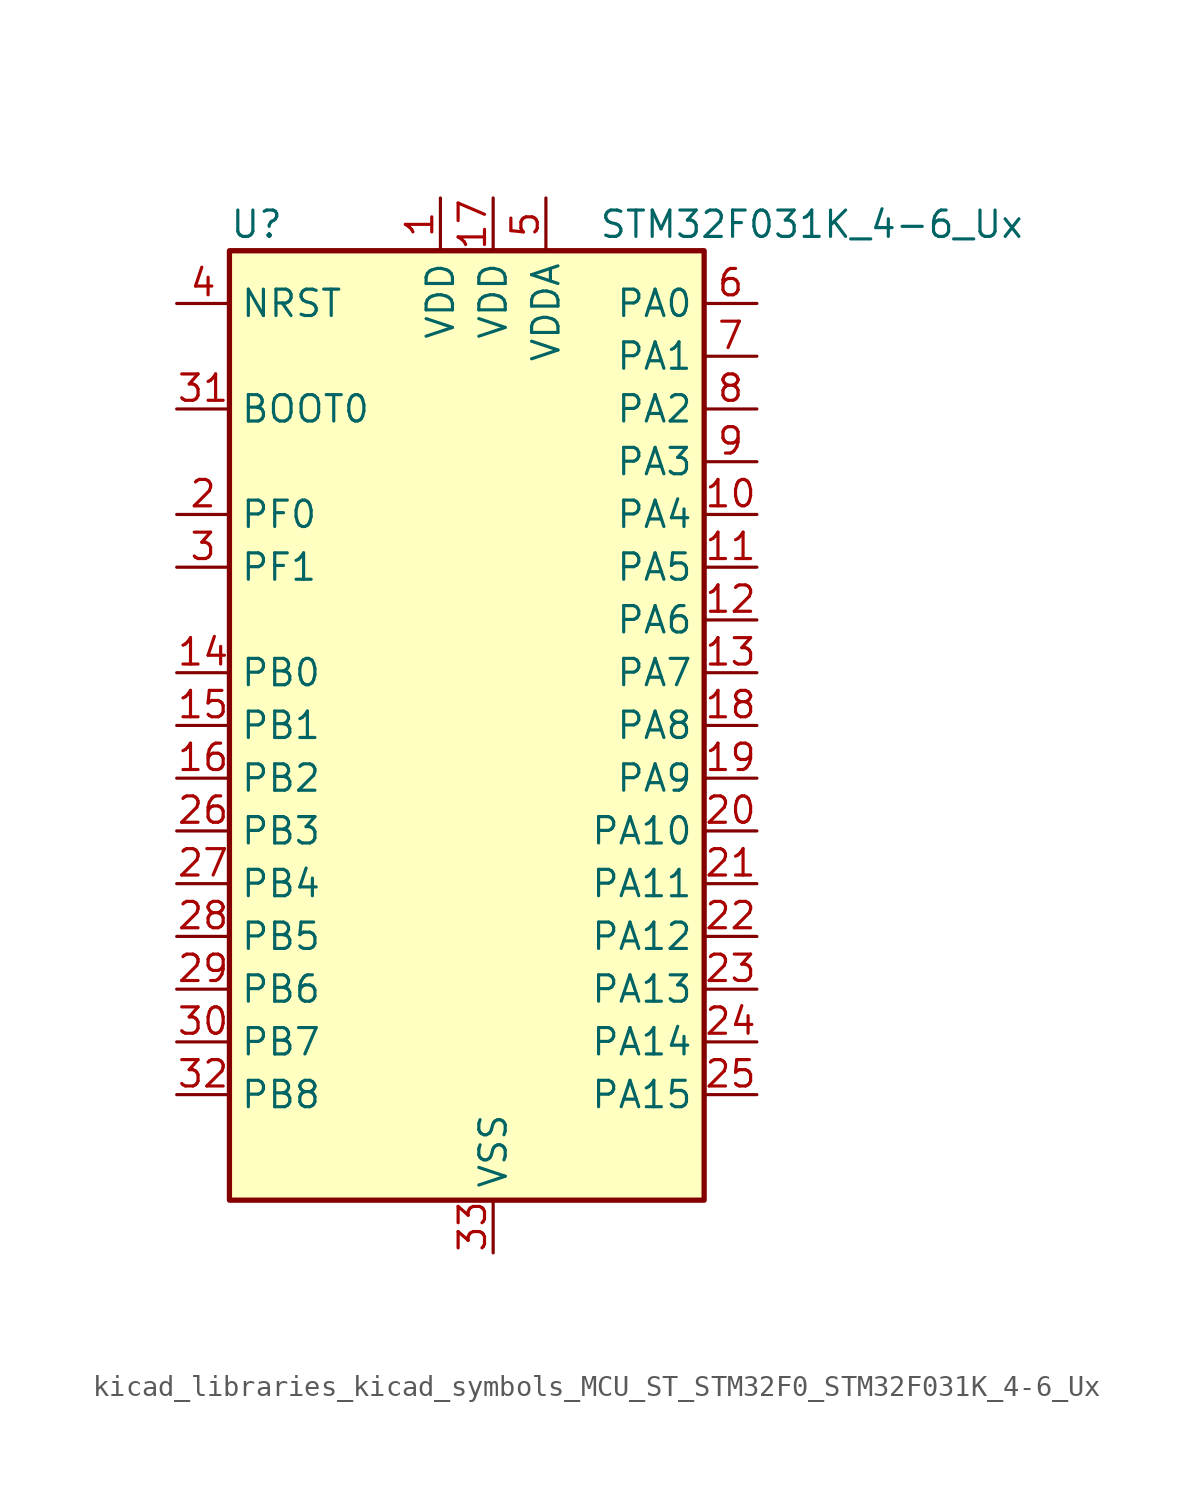
<source format=kicad_sym>
(kicad_symbol_lib
  (version 20220914)
  (generator kicad_symbol_editor)
  (symbol "kicad_libraries_kicad_symbols_MCU_ST_STM32F0_STM32F031K_4-6_Ux"
    (property "Reference" "U"
      (at -10.16 24.13 0)
      (effects (font (size 1.27 1.27)) (justify left)))
    (property "Value" "STM32F031K_4-6_Ux"
      (at 7.62 24.13 0)
      (effects (font (size 1.27 1.27)) (justify left)))
    (property "ki_locked" ""
      (at 0 0 0)
      (effects (font (size 1.27 1.27))))
    (symbol "kicad_libraries_kicad_symbols_MCU_ST_STM32F0_STM32F031K_4-6_Ux_0_1"
      (rectangle (start -10.16 -22.86) (end 12.7 22.86) (stroke (width 0.254) (type default)) (fill (type background))))
    (symbol "kicad_libraries_kicad_symbols_MCU_ST_STM32F0_STM32F031K_4-6_Ux_1_1"
      (pin power_in line (at 0 25.4 270) (length 2.54) (name "VDD" (effects (font (size 1.27 1.27)))) (number "1" (effects (font (size 1.27 1.27)))))
      (pin bidirectional line (at 15.24 10.16 180) (length 2.54) (name "PA4" (effects (font (size 1.27 1.27)))) (number "10" (effects (font (size 1.27 1.27)))) (alternate "ADC_IN4" bidirectional line) (alternate "I2S1_WS" bidirectional line) (alternate "SPI1_NSS" bidirectional line) (alternate "TIM14_CH1" bidirectional line) (alternate "USART1_CK" bidirectional line))
      (pin bidirectional line (at 15.24 7.62 180) (length 2.54) (name "PA5" (effects (font (size 1.27 1.27)))) (number "11" (effects (font (size 1.27 1.27)))) (alternate "ADC_IN5" bidirectional line) (alternate "I2S1_CK" bidirectional line) (alternate "SPI1_SCK" bidirectional line) (alternate "TIM2_CH1" bidirectional line) (alternate "TIM2_ETR" bidirectional line))
      (pin bidirectional line (at 15.24 5.08 180) (length 2.54) (name "PA6" (effects (font (size 1.27 1.27)))) (number "12" (effects (font (size 1.27 1.27)))) (alternate "ADC_IN6" bidirectional line) (alternate "I2S1_MCK" bidirectional line) (alternate "SPI1_MISO" bidirectional line) (alternate "TIM16_CH1" bidirectional line) (alternate "TIM1_BKIN" bidirectional line) (alternate "TIM3_CH1" bidirectional line))
      (pin bidirectional line (at 15.24 2.54 180) (length 2.54) (name "PA7" (effects (font (size 1.27 1.27)))) (number "13" (effects (font (size 1.27 1.27)))) (alternate "ADC_IN7" bidirectional line) (alternate "I2S1_SD" bidirectional line) (alternate "SPI1_MOSI" bidirectional line) (alternate "TIM14_CH1" bidirectional line) (alternate "TIM17_CH1" bidirectional line) (alternate "TIM1_CH1N" bidirectional line) (alternate "TIM3_CH2" bidirectional line))
      (pin bidirectional line (at -12.7 2.54 0) (length 2.54) (name "PB0" (effects (font (size 1.27 1.27)))) (number "14" (effects (font (size 1.27 1.27)))) (alternate "ADC_IN8" bidirectional line) (alternate "TIM1_CH2N" bidirectional line) (alternate "TIM3_CH3" bidirectional line))
      (pin bidirectional line (at -12.7 0 0) (length 2.54) (name "PB1" (effects (font (size 1.27 1.27)))) (number "15" (effects (font (size 1.27 1.27)))) (alternate "ADC_IN9" bidirectional line) (alternate "TIM14_CH1" bidirectional line) (alternate "TIM1_CH3N" bidirectional line) (alternate "TIM3_CH4" bidirectional line))
      (pin bidirectional line (at -12.7 -2.54 0) (length 2.54) (name "PB2" (effects (font (size 1.27 1.27)))) (number "16" (effects (font (size 1.27 1.27)))))
      (pin power_in line (at 2.54 25.4 270) (length 2.54) (name "VDD" (effects (font (size 1.27 1.27)))) (number "17" (effects (font (size 1.27 1.27)))))
      (pin bidirectional line (at 15.24 0 180) (length 2.54) (name "PA8" (effects (font (size 1.27 1.27)))) (number "18" (effects (font (size 1.27 1.27)))) (alternate "RCC_MCO" bidirectional line) (alternate "TIM1_CH1" bidirectional line) (alternate "USART1_CK" bidirectional line))
      (pin bidirectional line (at 15.24 -2.54 180) (length 2.54) (name "PA9" (effects (font (size 1.27 1.27)))) (number "19" (effects (font (size 1.27 1.27)))) (alternate "I2C1_SCL" bidirectional line) (alternate "TIM1_CH2" bidirectional line) (alternate "USART1_TX" bidirectional line))
      (pin bidirectional line (at -12.7 10.16 0) (length 2.54) (name "PF0" (effects (font (size 1.27 1.27)))) (number "2" (effects (font (size 1.27 1.27)))) (alternate "RCC_OSC_IN" bidirectional line))
      (pin bidirectional line (at 15.24 -5.08 180) (length 2.54) (name "PA10" (effects (font (size 1.27 1.27)))) (number "20" (effects (font (size 1.27 1.27)))) (alternate "I2C1_SDA" bidirectional line) (alternate "TIM17_BKIN" bidirectional line) (alternate "TIM1_CH3" bidirectional line) (alternate "USART1_RX" bidirectional line))
      (pin bidirectional line (at 15.24 -7.62 180) (length 2.54) (name "PA11" (effects (font (size 1.27 1.27)))) (number "21" (effects (font (size 1.27 1.27)))) (alternate "TIM1_CH4" bidirectional line) (alternate "USART1_CTS" bidirectional line))
      (pin bidirectional line (at 15.24 -10.16 180) (length 2.54) (name "PA12" (effects (font (size 1.27 1.27)))) (number "22" (effects (font (size 1.27 1.27)))) (alternate "TIM1_ETR" bidirectional line) (alternate "USART1_DE" bidirectional line) (alternate "USART1_RTS" bidirectional line))
      (pin bidirectional line (at 15.24 -12.7 180) (length 2.54) (name "PA13" (effects (font (size 1.27 1.27)))) (number "23" (effects (font (size 1.27 1.27)))) (alternate "IR_OUT" bidirectional line) (alternate "SYS_SWDIO" bidirectional line))
      (pin bidirectional line (at 15.24 -15.24 180) (length 2.54) (name "PA14" (effects (font (size 1.27 1.27)))) (number "24" (effects (font (size 1.27 1.27)))) (alternate "SYS_SWCLK" bidirectional line) (alternate "USART1_TX" bidirectional line))
      (pin bidirectional line (at 15.24 -17.78 180) (length 2.54) (name "PA15" (effects (font (size 1.27 1.27)))) (number "25" (effects (font (size 1.27 1.27)))) (alternate "I2S1_WS" bidirectional line) (alternate "SPI1_NSS" bidirectional line) (alternate "TIM2_CH1" bidirectional line) (alternate "TIM2_ETR" bidirectional line) (alternate "USART1_RX" bidirectional line))
      (pin bidirectional line (at -12.7 -5.08 0) (length 2.54) (name "PB3" (effects (font (size 1.27 1.27)))) (number "26" (effects (font (size 1.27 1.27)))) (alternate "I2S1_CK" bidirectional line) (alternate "SPI1_SCK" bidirectional line) (alternate "TIM2_CH2" bidirectional line))
      (pin bidirectional line (at -12.7 -7.62 0) (length 2.54) (name "PB4" (effects (font (size 1.27 1.27)))) (number "27" (effects (font (size 1.27 1.27)))) (alternate "I2S1_MCK" bidirectional line) (alternate "SPI1_MISO" bidirectional line) (alternate "TIM3_CH1" bidirectional line))
      (pin bidirectional line (at -12.7 -10.16 0) (length 2.54) (name "PB5" (effects (font (size 1.27 1.27)))) (number "28" (effects (font (size 1.27 1.27)))) (alternate "I2C1_SMBA" bidirectional line) (alternate "I2S1_SD" bidirectional line) (alternate "SPI1_MOSI" bidirectional line) (alternate "TIM16_BKIN" bidirectional line) (alternate "TIM3_CH2" bidirectional line))
      (pin bidirectional line (at -12.7 -12.7 0) (length 2.54) (name "PB6" (effects (font (size 1.27 1.27)))) (number "29" (effects (font (size 1.27 1.27)))) (alternate "I2C1_SCL" bidirectional line) (alternate "TIM16_CH1N" bidirectional line) (alternate "USART1_TX" bidirectional line))
      (pin bidirectional line (at -12.7 7.62 0) (length 2.54) (name "PF1" (effects (font (size 1.27 1.27)))) (number "3" (effects (font (size 1.27 1.27)))) (alternate "RCC_OSC_OUT" bidirectional line))
      (pin bidirectional line (at -12.7 -15.24 0) (length 2.54) (name "PB7" (effects (font (size 1.27 1.27)))) (number "30" (effects (font (size 1.27 1.27)))) (alternate "I2C1_SDA" bidirectional line) (alternate "TIM17_CH1N" bidirectional line) (alternate "USART1_RX" bidirectional line))
      (pin input line (at -12.7 15.24 0) (length 2.54) (name "BOOT0" (effects (font (size 1.27 1.27)))) (number "31" (effects (font (size 1.27 1.27)))))
      (pin bidirectional line (at -12.7 -17.78 0) (length 2.54) (name "PB8" (effects (font (size 1.27 1.27)))) (number "32" (effects (font (size 1.27 1.27)))) (alternate "I2C1_SCL" bidirectional line) (alternate "TIM16_CH1" bidirectional line))
      (pin power_in line (at 2.54 -25.4 90) (length 2.54) (name "VSS" (effects (font (size 1.27 1.27)))) (number "33" (effects (font (size 1.27 1.27)))))
      (pin input line (at -12.7 20.32 0) (length 2.54) (name "NRST" (effects (font (size 1.27 1.27)))) (number "4" (effects (font (size 1.27 1.27)))))
      (pin power_in line (at 5.08 25.4 270) (length 2.54) (name "VDDA" (effects (font (size 1.27 1.27)))) (number "5" (effects (font (size 1.27 1.27)))))
      (pin bidirectional line (at 15.24 20.32 180) (length 2.54) (name "PA0" (effects (font (size 1.27 1.27)))) (number "6" (effects (font (size 1.27 1.27)))) (alternate "ADC_IN0" bidirectional line) (alternate "RTC_TAMP2" bidirectional line) (alternate "SYS_WKUP1" bidirectional line) (alternate "TIM2_CH1" bidirectional line) (alternate "TIM2_ETR" bidirectional line) (alternate "USART1_CTS" bidirectional line))
      (pin bidirectional line (at 15.24 17.78 180) (length 2.54) (name "PA1" (effects (font (size 1.27 1.27)))) (number "7" (effects (font (size 1.27 1.27)))) (alternate "ADC_IN1" bidirectional line) (alternate "TIM2_CH2" bidirectional line) (alternate "USART1_DE" bidirectional line) (alternate "USART1_RTS" bidirectional line))
      (pin bidirectional line (at 15.24 15.24 180) (length 2.54) (name "PA2" (effects (font (size 1.27 1.27)))) (number "8" (effects (font (size 1.27 1.27)))) (alternate "ADC_IN2" bidirectional line) (alternate "TIM2_CH3" bidirectional line) (alternate "USART1_TX" bidirectional line))
      (pin bidirectional line (at 15.24 12.7 180) (length 2.54) (name "PA3" (effects (font (size 1.27 1.27)))) (number "9" (effects (font (size 1.27 1.27)))) (alternate "ADC_IN3" bidirectional line) (alternate "TIM2_CH4" bidirectional line) (alternate "USART1_RX" bidirectional line)))))
</source>
